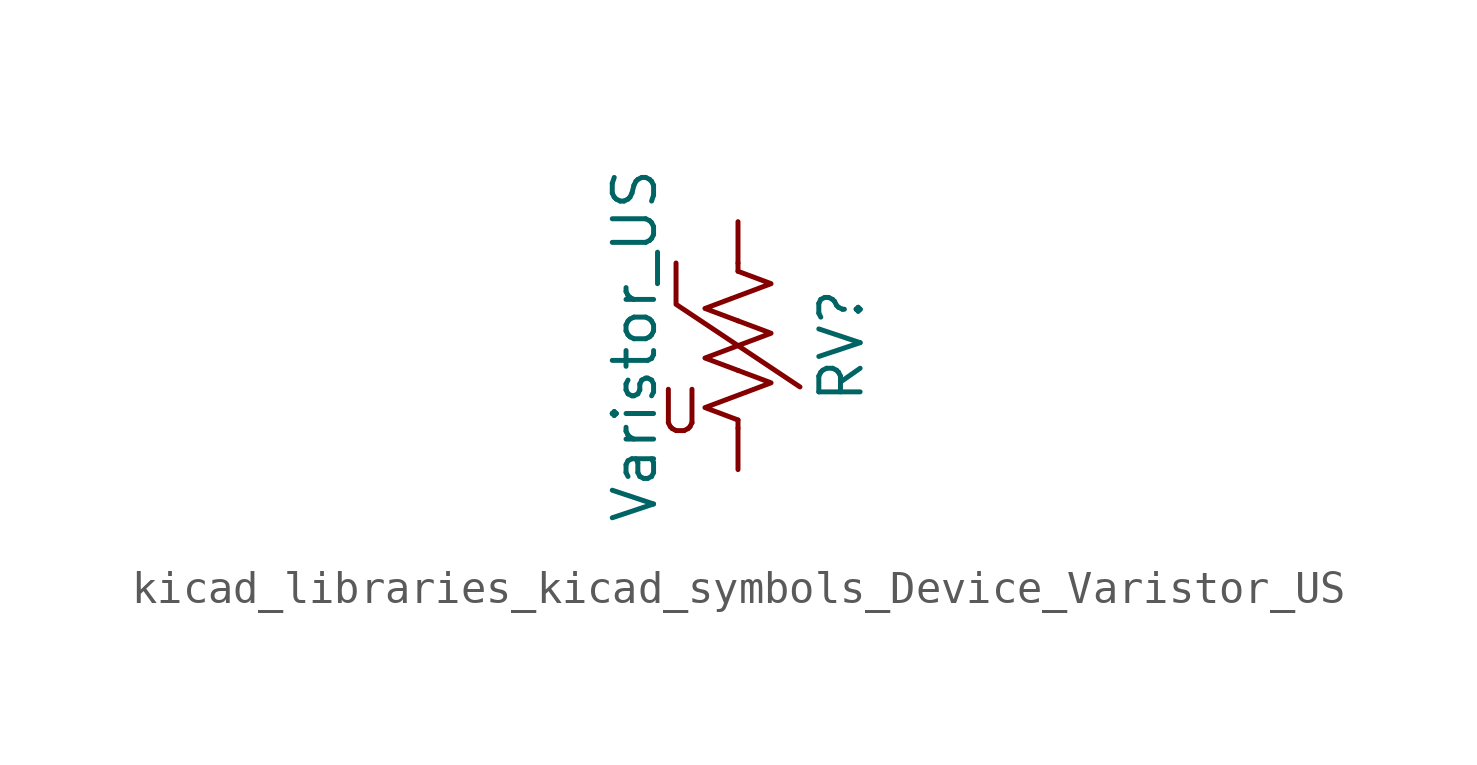
<source format=kicad_sym>
(kicad_symbol_lib
  (version 20220914)
  (generator kicad_symbol_editor)
  (symbol "kicad_libraries_kicad_symbols_Device_Varistor_US"
    (pin_numbers hide)
    (pin_names
      (offset 0))
    (property "Reference" "RV"
      (at 3.175 0 90)
      (effects (font (size 1.27 1.27))))
    (property "Value" "Varistor_US"
      (at -3.175 0 90)
      (effects (font (size 1.27 1.27))))
    (symbol "kicad_libraries_kicad_symbols_Device_Varistor_US_0_0"
      (text "U" (at -1.778 -2.032 0) (effects (font (size 1.27 1.27)))))
    (symbol "kicad_libraries_kicad_symbols_Device_Varistor_US_0_1"
      (polyline (pts (xy 0 -2.286) (xy 0 -2.54)) (stroke (width 0) (type default)) (fill (type none)))
      (polyline (pts (xy 0 2.286) (xy 0 2.54)) (stroke (width 0) (type default)) (fill (type none)))
      (polyline (pts (xy -1.905 2.54) (xy -1.905 1.27) (xy 1.905 -1.27)) (stroke (width 0) (type default)) (fill (type none)))
      (polyline (pts (xy 0 -0.762) (xy 1.016 -1.143) (xy 0 -1.524) (xy -1.016 -1.905) (xy 0 -2.286)) (stroke (width 0) (type default)) (fill (type none)))
      (polyline (pts (xy 0 0.762) (xy 1.016 0.381) (xy 0 0) (xy -1.016 -0.381) (xy 0 -0.762)) (stroke (width 0) (type default)) (fill (type none)))
      (polyline (pts (xy 0 2.286) (xy 1.016 1.905) (xy 0 1.524) (xy -1.016 1.143) (xy 0 0.762)) (stroke (width 0) (type default)) (fill (type none))))
    (symbol "kicad_libraries_kicad_symbols_Device_Varistor_US_1_1"
      (pin passive line (at 0 3.81 270) (length 1.27) (name "~" (effects (font (size 1.27 1.27)))) (number "1" (effects (font (size 1.27 1.27)))))
      (pin passive line (at 0 -3.81 90) (length 1.27) (name "~" (effects (font (size 1.27 1.27)))) (number "2" (effects (font (size 1.27 1.27))))))))
</source>
